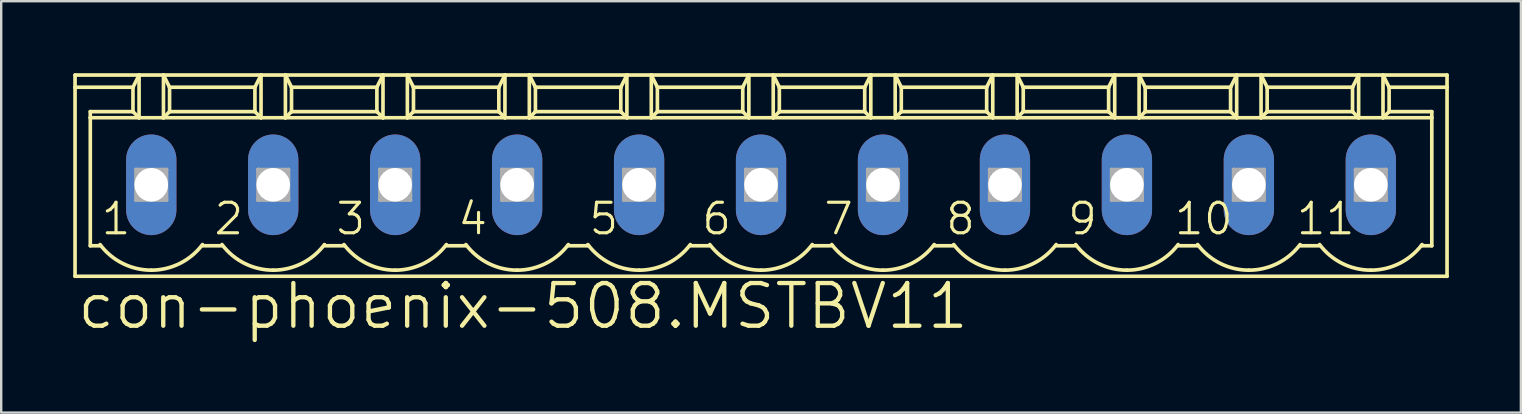
<source format=kicad_pcb>
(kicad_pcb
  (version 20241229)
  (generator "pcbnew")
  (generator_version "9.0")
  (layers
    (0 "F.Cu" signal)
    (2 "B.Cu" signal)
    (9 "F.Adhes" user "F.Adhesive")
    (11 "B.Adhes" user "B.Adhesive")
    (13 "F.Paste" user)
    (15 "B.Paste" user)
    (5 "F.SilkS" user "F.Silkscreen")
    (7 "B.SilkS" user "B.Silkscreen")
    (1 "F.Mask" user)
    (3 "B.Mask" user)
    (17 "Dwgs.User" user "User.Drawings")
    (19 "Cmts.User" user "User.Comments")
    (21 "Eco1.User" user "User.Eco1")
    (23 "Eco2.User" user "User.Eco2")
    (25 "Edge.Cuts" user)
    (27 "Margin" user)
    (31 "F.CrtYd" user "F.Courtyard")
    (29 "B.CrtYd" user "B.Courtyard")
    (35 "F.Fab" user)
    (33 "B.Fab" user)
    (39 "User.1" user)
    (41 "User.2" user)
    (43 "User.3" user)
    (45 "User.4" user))
  (footprint "con-phoenix-508.MSTBV11"
    (layer "F.Cu")
    (at 28.651 4.648)
    (property "Reference" "con-phoenix-508.MSTBV11" (at -28.575 6.096 0) (layer "F.SilkS") (effects (font (size 1.778 1.778) (thickness 0.18)) (justify left bottom)))
    (attr through_hole)
    (fp_line (start -28.575 -4.572) (end -28.575 -4.064) (stroke (width 0.152) (type default)) (layer "F.SilkS"))
    (fp_line (start -28.575 -4.572) (end -25.908 -4.572) (stroke (width 0.152) (type default)) (layer "F.SilkS"))
    (fp_line (start -28.575 -4.064) (end -28.575 3.81) (stroke (width 0.152) (type default)) (layer "F.SilkS"))
    (fp_line (start -28.575 -4.064) (end -26.162 -4.064) (stroke (width 0.152) (type default)) (layer "F.SilkS"))
    (fp_line (start -28.575 3.81) (end 28.575 3.81) (stroke (width 0.152) (type default)) (layer "F.SilkS"))
    (fp_line (start -27.94 -2.794) (end -27.94 -3.048) (stroke (width 0.152) (type default)) (layer "F.SilkS"))
    (fp_line (start -27.94 -2.794) (end -25.908 -2.794) (stroke (width 0.152) (type default)) (layer "F.SilkS"))
    (fp_line (start -27.94 2.54) (end -27.94 -2.794) (stroke (width 0.152) (type default)) (layer "F.SilkS"))
    (fp_line (start -27.94 2.54) (end -27.508 2.54) (stroke (width 0.152) (type default)) (layer "F.SilkS"))
    (fp_line (start -26.162 -4.064) (end -26.162 -3.048) (stroke (width 0.152) (type default)) (layer "F.SilkS"))
    (fp_line (start -26.162 -4.064) (end -25.908 -4.572) (stroke (width 0.152) (type default)) (layer "F.SilkS"))
    (fp_line (start -26.162 -3.048) (end -27.94 -3.048) (stroke (width 0.152) (type default)) (layer "F.SilkS"))
    (fp_line (start -26.162 -3.048) (end -25.908 -2.794) (stroke (width 0.152) (type default)) (layer "F.SilkS"))
    (fp_line (start -25.908 -4.572) (end -24.892 -4.572) (stroke (width 0.152) (type default)) (layer "F.SilkS"))
    (fp_line (start -25.908 -2.794) (end -25.908 -4.572) (stroke (width 0.152) (type default)) (layer "F.SilkS"))
    (fp_line (start -25.908 -2.794) (end -24.892 -2.794) (stroke (width 0.152) (type default)) (layer "F.SilkS"))
    (fp_line (start -24.892 -4.572) (end -24.638 -4.064) (stroke (width 0.152) (type default)) (layer "F.SilkS"))
    (fp_line (start -24.892 -4.572) (end -20.828 -4.572) (stroke (width 0.152) (type default)) (layer "F.SilkS"))
    (fp_line (start -24.892 -2.794) (end -24.892 -4.572) (stroke (width 0.152) (type default)) (layer "F.SilkS"))
    (fp_line (start -24.892 -2.794) (end -20.828 -2.794) (stroke (width 0.152) (type default)) (layer "F.SilkS"))
    (fp_line (start -24.638 -4.064) (end -24.638 -3.048) (stroke (width 0.152) (type default)) (layer "F.SilkS"))
    (fp_line (start -24.638 -4.064) (end -21.082 -4.064) (stroke (width 0.152) (type default)) (layer "F.SilkS"))
    (fp_line (start -24.638 -3.048) (end -24.892 -2.794) (stroke (width 0.152) (type default)) (layer "F.SilkS"))
    (fp_line (start -23.241 2.54) (end -22.479 2.54) (stroke (width 0.152) (type default)) (layer "F.SilkS"))
    (fp_line (start -21.082 -4.064) (end -21.082 -3.048) (stroke (width 0.152) (type default)) (layer "F.SilkS"))
    (fp_line (start -21.082 -4.064) (end -20.828 -4.572) (stroke (width 0.152) (type default)) (layer "F.SilkS"))
    (fp_line (start -21.082 -3.048) (end -24.638 -3.048) (stroke (width 0.152) (type default)) (layer "F.SilkS"))
    (fp_line (start -21.082 -3.048) (end -20.828 -2.794) (stroke (width 0.152) (type default)) (layer "F.SilkS"))
    (fp_line (start -20.828 -4.572) (end -19.812 -4.572) (stroke (width 0.152) (type default)) (layer "F.SilkS"))
    (fp_line (start -20.828 -2.794) (end -20.828 -4.572) (stroke (width 0.152) (type default)) (layer "F.SilkS"))
    (fp_line (start -20.828 -2.794) (end -19.812 -2.794) (stroke (width 0.152) (type default)) (layer "F.SilkS"))
    (fp_line (start -19.812 -4.572) (end -19.558 -4.064) (stroke (width 0.152) (type default)) (layer "F.SilkS"))
    (fp_line (start -19.812 -4.572) (end -15.748 -4.572) (stroke (width 0.152) (type default)) (layer "F.SilkS"))
    (fp_line (start -19.812 -2.794) (end -19.812 -4.572) (stroke (width 0.152) (type default)) (layer "F.SilkS"))
    (fp_line (start -19.812 -2.794) (end -15.748 -2.794) (stroke (width 0.152) (type default)) (layer "F.SilkS"))
    (fp_line (start -19.558 -4.064) (end -19.558 -3.048) (stroke (width 0.152) (type default)) (layer "F.SilkS"))
    (fp_line (start -19.558 -4.064) (end -16.002 -4.064) (stroke (width 0.152) (type default)) (layer "F.SilkS"))
    (fp_line (start -19.558 -3.048) (end -19.812 -2.794) (stroke (width 0.152) (type default)) (layer "F.SilkS"))
    (fp_line (start -18.161 2.54) (end -17.399 2.54) (stroke (width 0.152) (type default)) (layer "F.SilkS"))
    (fp_line (start -16.002 -4.064) (end -16.002 -3.048) (stroke (width 0.152) (type default)) (layer "F.SilkS"))
    (fp_line (start -16.002 -4.064) (end -15.748 -4.572) (stroke (width 0.152) (type default)) (layer "F.SilkS"))
    (fp_line (start -16.002 -3.048) (end -19.558 -3.048) (stroke (width 0.152) (type default)) (layer "F.SilkS"))
    (fp_line (start -16.002 -3.048) (end -15.748 -2.794) (stroke (width 0.152) (type default)) (layer "F.SilkS"))
    (fp_line (start -15.748 -4.572) (end -14.732 -4.572) (stroke (width 0.152) (type default)) (layer "F.SilkS"))
    (fp_line (start -15.748 -2.794) (end -15.748 -4.572) (stroke (width 0.152) (type default)) (layer "F.SilkS"))
    (fp_line (start -15.748 -2.794) (end -14.732 -2.794) (stroke (width 0.152) (type default)) (layer "F.SilkS"))
    (fp_line (start -14.732 -4.572) (end -14.478 -4.064) (stroke (width 0.152) (type default)) (layer "F.SilkS"))
    (fp_line (start -14.732 -4.572) (end -10.668 -4.572) (stroke (width 0.152) (type default)) (layer "F.SilkS"))
    (fp_line (start -14.732 -2.794) (end -14.732 -4.572) (stroke (width 0.152) (type default)) (layer "F.SilkS"))
    (fp_line (start -14.732 -2.794) (end -10.668 -2.794) (stroke (width 0.152) (type default)) (layer "F.SilkS"))
    (fp_line (start -14.478 -4.064) (end -14.478 -3.048) (stroke (width 0.152) (type default)) (layer "F.SilkS"))
    (fp_line (start -14.478 -4.064) (end -10.922 -4.064) (stroke (width 0.152) (type default)) (layer "F.SilkS"))
    (fp_line (start -14.478 -3.048) (end -14.732 -2.794) (stroke (width 0.152) (type default)) (layer "F.SilkS"))
    (fp_line (start -14.478 -3.048) (end -10.922 -3.048) (stroke (width 0.152) (type default)) (layer "F.SilkS"))
    (fp_line (start -13.081 2.54) (end -12.319 2.54) (stroke (width 0.152) (type default)) (layer "F.SilkS"))
    (fp_line (start -10.922 -4.064) (end -10.922 -3.048) (stroke (width 0.152) (type default)) (layer "F.SilkS"))
    (fp_line (start -10.922 -4.064) (end -10.668 -4.572) (stroke (width 0.152) (type default)) (layer "F.SilkS"))
    (fp_line (start -10.922 -3.048) (end -10.668 -2.794) (stroke (width 0.152) (type default)) (layer "F.SilkS"))
    (fp_line (start -10.668 -4.572) (end -9.652 -4.572) (stroke (width 0.152) (type default)) (layer "F.SilkS"))
    (fp_line (start -10.668 -2.794) (end -10.668 -4.572) (stroke (width 0.152) (type default)) (layer "F.SilkS"))
    (fp_line (start -10.668 -2.794) (end -9.652 -2.794) (stroke (width 0.152) (type default)) (layer "F.SilkS"))
    (fp_line (start -9.652 -4.572) (end -9.398 -4.064) (stroke (width 0.152) (type default)) (layer "F.SilkS"))
    (fp_line (start -9.652 -4.572) (end -5.588 -4.572) (stroke (width 0.152) (type default)) (layer "F.SilkS"))
    (fp_line (start -9.652 -2.794) (end -9.652 -4.572) (stroke (width 0.152) (type default)) (layer "F.SilkS"))
    (fp_line (start -9.652 -2.794) (end -5.588 -2.794) (stroke (width 0.152) (type default)) (layer "F.SilkS"))
    (fp_line (start -9.398 -4.064) (end -9.398 -3.048) (stroke (width 0.152) (type default)) (layer "F.SilkS"))
    (fp_line (start -9.398 -4.064) (end -5.842 -4.064) (stroke (width 0.152) (type default)) (layer "F.SilkS"))
    (fp_line (start -9.398 -3.048) (end -9.652 -2.794) (stroke (width 0.152) (type default)) (layer "F.SilkS"))
    (fp_line (start -8.052 2.54) (end -7.188 2.54) (stroke (width 0.152) (type default)) (layer "F.SilkS"))
    (fp_line (start -5.842 -4.064) (end -5.842 -3.048) (stroke (width 0.152) (type default)) (layer "F.SilkS"))
    (fp_line (start -5.842 -4.064) (end -5.588 -4.572) (stroke (width 0.152) (type default)) (layer "F.SilkS"))
    (fp_line (start -5.842 -3.048) (end -9.398 -3.048) (stroke (width 0.152) (type default)) (layer "F.SilkS"))
    (fp_line (start -5.842 -3.048) (end -5.588 -2.794) (stroke (width 0.152) (type default)) (layer "F.SilkS"))
    (fp_line (start -5.588 -4.572) (end -4.572 -4.572) (stroke (width 0.152) (type default)) (layer "F.SilkS"))
    (fp_line (start -5.588 -2.794) (end -5.588 -4.572) (stroke (width 0.152) (type default)) (layer "F.SilkS"))
    (fp_line (start -5.588 -2.794) (end -4.572 -2.794) (stroke (width 0.152) (type default)) (layer "F.SilkS"))
    (fp_line (start -4.572 -4.572) (end -4.318 -4.064) (stroke (width 0.152) (type default)) (layer "F.SilkS"))
    (fp_line (start -4.572 -4.572) (end -0.508 -4.572) (stroke (width 0.152) (type default)) (layer "F.SilkS"))
    (fp_line (start -4.572 -2.794) (end -4.572 -4.572) (stroke (width 0.152) (type default)) (layer "F.SilkS"))
    (fp_line (start -4.572 -2.794) (end -0.508 -2.794) (stroke (width 0.152) (type default)) (layer "F.SilkS"))
    (fp_line (start -4.318 -4.064) (end -4.318 -3.048) (stroke (width 0.152) (type default)) (layer "F.SilkS"))
    (fp_line (start -4.318 -4.064) (end -0.762 -4.064) (stroke (width 0.152) (type default)) (layer "F.SilkS"))
    (fp_line (start -4.318 -3.048) (end -4.572 -2.794) (stroke (width 0.152) (type default)) (layer "F.SilkS"))
    (fp_line (start -2.921 2.54) (end -2.159 2.54) (stroke (width 0.152) (type default)) (layer "F.SilkS"))
    (fp_line (start -0.762 -4.064) (end -0.762 -3.048) (stroke (width 0.152) (type default)) (layer "F.SilkS"))
    (fp_line (start -0.762 -4.064) (end -0.508 -4.572) (stroke (width 0.152) (type default)) (layer "F.SilkS"))
    (fp_line (start -0.762 -3.048) (end -4.318 -3.048) (stroke (width 0.152) (type default)) (layer "F.SilkS"))
    (fp_line (start -0.762 -3.048) (end -0.508 -2.794) (stroke (width 0.152) (type default)) (layer "F.SilkS"))
    (fp_line (start -0.508 -4.572) (end 0.508 -4.572) (stroke (width 0.152) (type default)) (layer "F.SilkS"))
    (fp_line (start -0.508 -2.794) (end -0.508 -4.572) (stroke (width 0.152) (type default)) (layer "F.SilkS"))
    (fp_line (start -0.508 -2.794) (end 0.508 -2.794) (stroke (width 0.152) (type default)) (layer "F.SilkS"))
    (fp_line (start 0.508 -4.572) (end 0.762 -4.064) (stroke (width 0.152) (type default)) (layer "F.SilkS"))
    (fp_line (start 0.508 -4.572) (end 4.572 -4.572) (stroke (width 0.152) (type default)) (layer "F.SilkS"))
    (fp_line (start 0.508 -2.794) (end 0.508 -4.572) (stroke (width 0.152) (type default)) (layer "F.SilkS"))
    (fp_line (start 0.508 -2.794) (end 4.572 -2.794) (stroke (width 0.152) (type default)) (layer "F.SilkS"))
    (fp_line (start 0.762 -4.064) (end 0.762 -3.048) (stroke (width 0.152) (type default)) (layer "F.SilkS"))
    (fp_line (start 0.762 -4.064) (end 4.318 -4.064) (stroke (width 0.152) (type default)) (layer "F.SilkS"))
    (fp_line (start 0.762 -3.048) (end 0.508 -2.794) (stroke (width 0.152) (type default)) (layer "F.SilkS"))
    (fp_line (start 2.159 2.54) (end 2.921 2.54) (stroke (width 0.152) (type default)) (layer "F.SilkS"))
    (fp_line (start 4.318 -4.064) (end 4.318 -3.048) (stroke (width 0.152) (type default)) (layer "F.SilkS"))
    (fp_line (start 4.318 -4.064) (end 4.572 -4.572) (stroke (width 0.152) (type default)) (layer "F.SilkS"))
    (fp_line (start 4.318 -3.048) (end 0.762 -3.048) (stroke (width 0.152) (type default)) (layer "F.SilkS"))
    (fp_line (start 4.318 -3.048) (end 4.572 -2.794) (stroke (width 0.152) (type default)) (layer "F.SilkS"))
    (fp_line (start 4.572 -4.572) (end 5.588 -4.572) (stroke (width 0.152) (type default)) (layer "F.SilkS"))
    (fp_line (start 4.572 -2.794) (end 4.572 -4.572) (stroke (width 0.152) (type default)) (layer "F.SilkS"))
    (fp_line (start 4.572 -2.794) (end 5.588 -2.794) (stroke (width 0.152) (type default)) (layer "F.SilkS"))
    (fp_line (start 5.588 -4.572) (end 5.842 -4.064) (stroke (width 0.152) (type default)) (layer "F.SilkS"))
    (fp_line (start 5.588 -4.572) (end 9.652 -4.572) (stroke (width 0.152) (type default)) (layer "F.SilkS"))
    (fp_line (start 5.588 -2.794) (end 5.588 -4.572) (stroke (width 0.152) (type default)) (layer "F.SilkS"))
    (fp_line (start 5.588 -2.794) (end 9.652 -2.794) (stroke (width 0.152) (type default)) (layer "F.SilkS"))
    (fp_line (start 5.842 -4.064) (end 5.842 -3.048) (stroke (width 0.152) (type default)) (layer "F.SilkS"))
    (fp_line (start 5.842 -4.064) (end 9.398 -4.064) (stroke (width 0.152) (type default)) (layer "F.SilkS"))
    (fp_line (start 5.842 -3.048) (end 5.588 -2.794) (stroke (width 0.152) (type default)) (layer "F.SilkS"))
    (fp_line (start 5.842 -3.048) (end 9.398 -3.048) (stroke (width 0.152) (type default)) (layer "F.SilkS"))
    (fp_line (start 7.239 2.54) (end 8.001 2.54) (stroke (width 0.152) (type default)) (layer "F.SilkS"))
    (fp_line (start 9.398 -4.064) (end 9.398 -3.048) (stroke (width 0.152) (type default)) (layer "F.SilkS"))
    (fp_line (start 9.398 -4.064) (end 9.652 -4.572) (stroke (width 0.152) (type default)) (layer "F.SilkS"))
    (fp_line (start 9.398 -3.048) (end 9.652 -2.794) (stroke (width 0.152) (type default)) (layer "F.SilkS"))
    (fp_line (start 9.652 -4.572) (end 10.668 -4.572) (stroke (width 0.152) (type default)) (layer "F.SilkS"))
    (fp_line (start 9.652 -2.794) (end 9.652 -4.572) (stroke (width 0.152) (type default)) (layer "F.SilkS"))
    (fp_line (start 9.652 -2.794) (end 10.668 -2.794) (stroke (width 0.152) (type default)) (layer "F.SilkS"))
    (fp_line (start 10.668 -4.572) (end 10.922 -4.064) (stroke (width 0.152) (type default)) (layer "F.SilkS"))
    (fp_line (start 10.668 -4.572) (end 14.732 -4.572) (stroke (width 0.152) (type default)) (layer "F.SilkS"))
    (fp_line (start 10.668 -2.794) (end 10.668 -4.572) (stroke (width 0.152) (type default)) (layer "F.SilkS"))
    (fp_line (start 10.668 -2.794) (end 14.732 -2.794) (stroke (width 0.152) (type default)) (layer "F.SilkS"))
    (fp_line (start 10.922 -4.064) (end 10.922 -3.048) (stroke (width 0.152) (type default)) (layer "F.SilkS"))
    (fp_line (start 10.922 -4.064) (end 14.478 -4.064) (stroke (width 0.152) (type default)) (layer "F.SilkS"))
    (fp_line (start 10.922 -3.048) (end 10.668 -2.794) (stroke (width 0.152) (type default)) (layer "F.SilkS"))
    (fp_line (start 10.922 -3.048) (end 14.478 -3.048) (stroke (width 0.152) (type default)) (layer "F.SilkS"))
    (fp_line (start 12.319 2.54) (end 13.081 2.54) (stroke (width 0.152) (type default)) (layer "F.SilkS"))
    (fp_line (start 14.478 -4.064) (end 14.478 -3.048) (stroke (width 0.152) (type default)) (layer "F.SilkS"))
    (fp_line (start 14.478 -4.064) (end 14.732 -4.572) (stroke (width 0.152) (type default)) (layer "F.SilkS"))
    (fp_line (start 14.478 -3.048) (end 14.732 -2.794) (stroke (width 0.152) (type default)) (layer "F.SilkS"))
    (fp_line (start 14.732 -4.572) (end 15.748 -4.572) (stroke (width 0.152) (type default)) (layer "F.SilkS"))
    (fp_line (start 14.732 -2.794) (end 14.732 -4.572) (stroke (width 0.152) (type default)) (layer "F.SilkS"))
    (fp_line (start 14.732 -2.794) (end 15.748 -2.794) (stroke (width 0.152) (type default)) (layer "F.SilkS"))
    (fp_line (start 15.748 -4.572) (end 16.002 -4.064) (stroke (width 0.152) (type default)) (layer "F.SilkS"))
    (fp_line (start 15.748 -4.572) (end 19.812 -4.572) (stroke (width 0.152) (type default)) (layer "F.SilkS"))
    (fp_line (start 15.748 -2.794) (end 15.748 -4.572) (stroke (width 0.152) (type default)) (layer "F.SilkS"))
    (fp_line (start 15.748 -2.794) (end 19.812 -2.794) (stroke (width 0.152) (type default)) (layer "F.SilkS"))
    (fp_line (start 16.002 -4.064) (end 16.002 -3.048) (stroke (width 0.152) (type default)) (layer "F.SilkS"))
    (fp_line (start 16.002 -4.064) (end 19.558 -4.064) (stroke (width 0.152) (type default)) (layer "F.SilkS"))
    (fp_line (start 16.002 -3.048) (end 15.748 -2.794) (stroke (width 0.152) (type default)) (layer "F.SilkS"))
    (fp_line (start 16.002 -3.048) (end 19.558 -3.048) (stroke (width 0.152) (type default)) (layer "F.SilkS"))
    (fp_line (start 17.399 2.54) (end 18.161 2.54) (stroke (width 0.152) (type default)) (layer "F.SilkS"))
    (fp_line (start 19.558 -4.064) (end 19.558 -3.048) (stroke (width 0.152) (type default)) (layer "F.SilkS"))
    (fp_line (start 19.558 -4.064) (end 19.812 -4.572) (stroke (width 0.152) (type default)) (layer "F.SilkS"))
    (fp_line (start 19.558 -3.048) (end 19.812 -2.794) (stroke (width 0.152) (type default)) (layer "F.SilkS"))
    (fp_line (start 19.812 -4.572) (end 20.828 -4.572) (stroke (width 0.152) (type default)) (layer "F.SilkS"))
    (fp_line (start 19.812 -2.794) (end 19.812 -4.572) (stroke (width 0.152) (type default)) (layer "F.SilkS"))
    (fp_line (start 19.812 -2.794) (end 20.828 -2.794) (stroke (width 0.152) (type default)) (layer "F.SilkS"))
    (fp_line (start 20.828 -4.572) (end 21.082 -4.064) (stroke (width 0.152) (type default)) (layer "F.SilkS"))
    (fp_line (start 20.828 -4.572) (end 24.892 -4.572) (stroke (width 0.152) (type default)) (layer "F.SilkS"))
    (fp_line (start 20.828 -2.794) (end 20.828 -4.572) (stroke (width 0.152) (type default)) (layer "F.SilkS"))
    (fp_line (start 20.828 -2.794) (end 24.892 -2.794) (stroke (width 0.152) (type default)) (layer "F.SilkS"))
    (fp_line (start 21.082 -4.064) (end 21.082 -3.048) (stroke (width 0.152) (type default)) (layer "F.SilkS"))
    (fp_line (start 21.082 -4.064) (end 24.638 -4.064) (stroke (width 0.152) (type default)) (layer "F.SilkS"))
    (fp_line (start 21.082 -3.048) (end 20.828 -2.794) (stroke (width 0.152) (type default)) (layer "F.SilkS"))
    (fp_line (start 21.082 -3.048) (end 24.638 -3.048) (stroke (width 0.152) (type default)) (layer "F.SilkS"))
    (fp_line (start 22.479 2.54) (end 23.241 2.54) (stroke (width 0.152) (type default)) (layer "F.SilkS"))
    (fp_line (start 24.638 -4.064) (end 24.638 -3.048) (stroke (width 0.152) (type default)) (layer "F.SilkS"))
    (fp_line (start 24.638 -4.064) (end 24.892 -4.572) (stroke (width 0.152) (type default)) (layer "F.SilkS"))
    (fp_line (start 24.638 -3.048) (end 24.892 -2.794) (stroke (width 0.152) (type default)) (layer "F.SilkS"))
    (fp_line (start 24.892 -4.572) (end 25.908 -4.572) (stroke (width 0.152) (type default)) (layer "F.SilkS"))
    (fp_line (start 24.892 -2.794) (end 24.892 -4.572) (stroke (width 0.152) (type default)) (layer "F.SilkS"))
    (fp_line (start 24.892 -2.794) (end 25.908 -2.794) (stroke (width 0.152) (type default)) (layer "F.SilkS"))
    (fp_line (start 25.908 -4.572) (end 26.162 -4.064) (stroke (width 0.152) (type default)) (layer "F.SilkS"))
    (fp_line (start 25.908 -4.572) (end 28.575 -4.572) (stroke (width 0.152) (type default)) (layer "F.SilkS"))
    (fp_line (start 25.908 -2.794) (end 25.908 -4.572) (stroke (width 0.152) (type default)) (layer "F.SilkS"))
    (fp_line (start 25.908 -2.794) (end 27.94 -2.794) (stroke (width 0.152) (type default)) (layer "F.SilkS"))
    (fp_line (start 26.162 -4.064) (end 26.162 -3.048) (stroke (width 0.152) (type default)) (layer "F.SilkS"))
    (fp_line (start 26.162 -4.064) (end 28.575 -4.064) (stroke (width 0.152) (type default)) (layer "F.SilkS"))
    (fp_line (start 26.162 -3.048) (end 25.908 -2.794) (stroke (width 0.152) (type default)) (layer "F.SilkS"))
    (fp_line (start 26.162 -3.048) (end 27.94 -3.048) (stroke (width 0.152) (type default)) (layer "F.SilkS"))
    (fp_line (start 27.508 2.54) (end 27.94 2.54) (stroke (width 0.152) (type default)) (layer "F.SilkS"))
    (fp_line (start 27.94 -3.048) (end 27.94 -2.794) (stroke (width 0.152) (type default)) (layer "F.SilkS"))
    (fp_line (start 27.94 -2.794) (end 27.94 2.54) (stroke (width 0.152) (type default)) (layer "F.SilkS"))
    (fp_line (start 28.575 -4.064) (end 28.575 -4.572) (stroke (width 0.152) (type default)) (layer "F.SilkS"))
    (fp_line (start 28.575 3.81) (end 28.575 -4.064) (stroke (width 0.152) (type default)) (layer "F.SilkS"))
    (fp_arc (start -25.4 3.556) (mid -26.592719 3.274437) (end -27.5336 2.4892) (stroke (width 0.1524) (type default)) (layer "F.SilkS"))
    (fp_arc (start -23.2664 2.4892) (mid -24.207281 3.274437) (end -25.4 3.556) (stroke (width 0.1524) (type default)) (layer "F.SilkS"))
    (fp_arc (start -20.32 3.556) (mid -21.512719 3.274437) (end -22.4536 2.4892) (stroke (width 0.1524) (type default)) (layer "F.SilkS"))
    (fp_arc (start -18.1864 2.4892) (mid -19.127281 3.274437) (end -20.32 3.556) (stroke (width 0.1524) (type default)) (layer "F.SilkS"))
    (fp_arc (start -15.24 3.556) (mid -16.432719 3.274437) (end -17.3736 2.4892) (stroke (width 0.1524) (type default)) (layer "F.SilkS"))
    (fp_arc (start -13.1064 2.4892) (mid -14.047281 3.274437) (end -15.24 3.556) (stroke (width 0.1524) (type default)) (layer "F.SilkS"))
    (fp_arc (start -10.16 3.556) (mid -11.352719 3.274437) (end -12.2936 2.4892) (stroke (width 0.1524) (type default)) (layer "F.SilkS"))
    (fp_arc (start -8.0264 2.4892) (mid -8.967281 3.274437) (end -10.16 3.556) (stroke (width 0.1524) (type default)) (layer "F.SilkS"))
    (fp_arc (start -5.08 3.556) (mid -6.272719 3.274437) (end -7.2136 2.4892) (stroke (width 0.1524) (type default)) (layer "F.SilkS"))
    (fp_arc (start -2.9464 2.4892) (mid -3.887281 3.274437) (end -5.08 3.556) (stroke (width 0.1524) (type default)) (layer "F.SilkS"))
    (fp_arc (start 0 3.556) (mid -1.192719 3.274437) (end -2.1336 2.4892) (stroke (width 0.1524) (type default)) (layer "F.SilkS"))
    (fp_arc (start 2.1336 2.4892) (mid 1.192719 3.274437) (end 0 3.556) (stroke (width 0.1524) (type default)) (layer "F.SilkS"))
    (fp_arc (start 5.08 3.556) (mid 3.887281 3.274437) (end 2.9464 2.4892) (stroke (width 0.1524) (type default)) (layer "F.SilkS"))
    (fp_arc (start 7.2136 2.4892) (mid 6.272719 3.274437) (end 5.08 3.556) (stroke (width 0.1524) (type default)) (layer "F.SilkS"))
    (fp_arc (start 10.16 3.556) (mid 8.967281 3.274437) (end 8.0264 2.4892) (stroke (width 0.1524) (type default)) (layer "F.SilkS"))
    (fp_arc (start 12.2936 2.4892) (mid 11.352719 3.274437) (end 10.16 3.556) (stroke (width 0.1524) (type default)) (layer "F.SilkS"))
    (fp_arc (start 15.24 3.556) (mid 14.047281 3.274437) (end 13.1064 2.4892) (stroke (width 0.1524) (type default)) (layer "F.SilkS"))
    (fp_arc (start 17.3736 2.4892) (mid 16.432719 3.274437) (end 15.24 3.556) (stroke (width 0.1524) (type default)) (layer "F.SilkS"))
    (fp_arc (start 20.32 3.556) (mid 19.127281 3.274437) (end 18.1864 2.4892) (stroke (width 0.1524) (type default)) (layer "F.SilkS"))
    (fp_arc (start 22.4536 2.4892) (mid 21.512719 3.274437) (end 20.32 3.556) (stroke (width 0.1524) (type default)) (layer "F.SilkS"))
    (fp_arc (start 25.4 3.556) (mid 24.207281 3.274437) (end 23.2664 2.4892) (stroke (width 0.1524) (type default)) (layer "F.SilkS"))
    (fp_arc (start 27.5336 2.4892) (mid 26.592719 3.274437) (end 25.4 3.556) (stroke (width 0.1524) (type default)) (layer "F.SilkS"))
    (fp_line (start -26.035 -0.635) (end -26.035 0.635) (stroke (width 0.152) (type default)) (layer "F.Fab"))
    (fp_line (start -26.035 -0.635) (end -24.765 0.635) (stroke (width 0.152) (type default)) (layer "F.Fab"))
    (fp_line (start -26.035 0.635) (end -24.765 -0.635) (stroke (width 0.152) (type default)) (layer "F.Fab"))
    (fp_line (start -26.035 0.635) (end -24.765 0.635) (stroke (width 0.152) (type default)) (layer "F.Fab"))
    (fp_line (start -24.765 -0.635) (end -26.035 -0.635) (stroke (width 0.152) (type default)) (layer "F.Fab"))
    (fp_line (start -24.765 0.635) (end -24.765 -0.635) (stroke (width 0.152) (type default)) (layer "F.Fab"))
    (fp_line (start -20.955 -0.635) (end -20.955 0.635) (stroke (width 0.152) (type default)) (layer "F.Fab"))
    (fp_line (start -20.955 -0.635) (end -19.685 0.635) (stroke (width 0.152) (type default)) (layer "F.Fab"))
    (fp_line (start -20.955 0.635) (end -19.685 -0.635) (stroke (width 0.152) (type default)) (layer "F.Fab"))
    (fp_line (start -20.955 0.635) (end -19.685 0.635) (stroke (width 0.152) (type default)) (layer "F.Fab"))
    (fp_line (start -19.685 -0.635) (end -20.955 -0.635) (stroke (width 0.152) (type default)) (layer "F.Fab"))
    (fp_line (start -19.685 0.635) (end -19.685 -0.635) (stroke (width 0.152) (type default)) (layer "F.Fab"))
    (fp_line (start -15.875 -0.635) (end -15.875 0.635) (stroke (width 0.152) (type default)) (layer "F.Fab"))
    (fp_line (start -15.875 -0.635) (end -14.605 0.635) (stroke (width 0.152) (type default)) (layer "F.Fab"))
    (fp_line (start -15.875 0.635) (end -14.605 -0.635) (stroke (width 0.152) (type default)) (layer "F.Fab"))
    (fp_line (start -15.875 0.635) (end -14.605 0.635) (stroke (width 0.152) (type default)) (layer "F.Fab"))
    (fp_line (start -14.605 -0.635) (end -15.875 -0.635) (stroke (width 0.152) (type default)) (layer "F.Fab"))
    (fp_line (start -14.605 0.635) (end -14.605 -0.635) (stroke (width 0.152) (type default)) (layer "F.Fab"))
    (fp_line (start -10.795 -0.635) (end -10.795 0.635) (stroke (width 0.152) (type default)) (layer "F.Fab"))
    (fp_line (start -10.795 -0.635) (end -9.525 0.635) (stroke (width 0.152) (type default)) (layer "F.Fab"))
    (fp_line (start -10.795 0.635) (end -9.525 -0.635) (stroke (width 0.152) (type default)) (layer "F.Fab"))
    (fp_line (start -10.795 0.635) (end -9.525 0.635) (stroke (width 0.152) (type default)) (layer "F.Fab"))
    (fp_line (start -9.525 -0.635) (end -10.795 -0.635) (stroke (width 0.152) (type default)) (layer "F.Fab"))
    (fp_line (start -9.525 0.635) (end -9.525 -0.635) (stroke (width 0.152) (type default)) (layer "F.Fab"))
    (fp_line (start -5.715 -0.635) (end -5.715 0.635) (stroke (width 0.152) (type default)) (layer "F.Fab"))
    (fp_line (start -5.715 -0.635) (end -4.445 0.635) (stroke (width 0.152) (type default)) (layer "F.Fab"))
    (fp_line (start -5.715 0.635) (end -4.445 -0.635) (stroke (width 0.152) (type default)) (layer "F.Fab"))
    (fp_line (start -5.715 0.635) (end -4.445 0.635) (stroke (width 0.152) (type default)) (layer "F.Fab"))
    (fp_line (start -4.445 -0.635) (end -5.715 -0.635) (stroke (width 0.152) (type default)) (layer "F.Fab"))
    (fp_line (start -4.445 0.635) (end -4.445 -0.635) (stroke (width 0.152) (type default)) (layer "F.Fab"))
    (fp_line (start -0.635 -0.635) (end -0.635 0.635) (stroke (width 0.152) (type default)) (layer "F.Fab"))
    (fp_line (start -0.635 -0.635) (end 0.635 0.635) (stroke (width 0.152) (type default)) (layer "F.Fab"))
    (fp_line (start -0.635 0.635) (end 0.635 -0.635) (stroke (width 0.152) (type default)) (layer "F.Fab"))
    (fp_line (start -0.635 0.635) (end 0.635 0.635) (stroke (width 0.152) (type default)) (layer "F.Fab"))
    (fp_line (start 0.635 -0.635) (end -0.635 -0.635) (stroke (width 0.152) (type default)) (layer "F.Fab"))
    (fp_line (start 0.635 0.635) (end 0.635 -0.635) (stroke (width 0.152) (type default)) (layer "F.Fab"))
    (fp_line (start 4.445 -0.635) (end 4.445 0.635) (stroke (width 0.152) (type default)) (layer "F.Fab"))
    (fp_line (start 4.445 -0.635) (end 5.715 0.635) (stroke (width 0.152) (type default)) (layer "F.Fab"))
    (fp_line (start 4.445 0.635) (end 5.715 -0.635) (stroke (width 0.152) (type default)) (layer "F.Fab"))
    (fp_line (start 4.445 0.635) (end 5.715 0.635) (stroke (width 0.152) (type default)) (layer "F.Fab"))
    (fp_line (start 5.715 -0.635) (end 4.445 -0.635) (stroke (width 0.152) (type default)) (layer "F.Fab"))
    (fp_line (start 5.715 0.635) (end 5.715 -0.635) (stroke (width 0.152) (type default)) (layer "F.Fab"))
    (fp_line (start 9.525 -0.635) (end 9.525 0.635) (stroke (width 0.152) (type default)) (layer "F.Fab"))
    (fp_line (start 9.525 -0.635) (end 10.795 0.635) (stroke (width 0.152) (type default)) (layer "F.Fab"))
    (fp_line (start 9.525 0.635) (end 10.795 -0.635) (stroke (width 0.152) (type default)) (layer "F.Fab"))
    (fp_line (start 9.525 0.635) (end 10.795 0.635) (stroke (width 0.152) (type default)) (layer "F.Fab"))
    (fp_line (start 10.795 -0.635) (end 9.525 -0.635) (stroke (width 0.152) (type default)) (layer "F.Fab"))
    (fp_line (start 10.795 0.635) (end 10.795 -0.635) (stroke (width 0.152) (type default)) (layer "F.Fab"))
    (fp_line (start 14.605 -0.635) (end 14.605 0.635) (stroke (width 0.152) (type default)) (layer "F.Fab"))
    (fp_line (start 14.605 -0.635) (end 15.875 0.635) (stroke (width 0.152) (type default)) (layer "F.Fab"))
    (fp_line (start 14.605 0.635) (end 15.875 -0.635) (stroke (width 0.152) (type default)) (layer "F.Fab"))
    (fp_line (start 14.605 0.635) (end 15.875 0.635) (stroke (width 0.152) (type default)) (layer "F.Fab"))
    (fp_line (start 15.875 -0.635) (end 14.605 -0.635) (stroke (width 0.152) (type default)) (layer "F.Fab"))
    (fp_line (start 15.875 0.635) (end 15.875 -0.635) (stroke (width 0.152) (type default)) (layer "F.Fab"))
    (fp_line (start 19.685 -0.635) (end 19.685 0.635) (stroke (width 0.152) (type default)) (layer "F.Fab"))
    (fp_line (start 19.685 -0.635) (end 20.955 0.635) (stroke (width 0.152) (type default)) (layer "F.Fab"))
    (fp_line (start 19.685 0.635) (end 20.955 -0.635) (stroke (width 0.152) (type default)) (layer "F.Fab"))
    (fp_line (start 19.685 0.635) (end 20.955 0.635) (stroke (width 0.152) (type default)) (layer "F.Fab"))
    (fp_line (start 20.955 -0.635) (end 19.685 -0.635) (stroke (width 0.152) (type default)) (layer "F.Fab"))
    (fp_line (start 20.955 0.635) (end 20.955 -0.635) (stroke (width 0.152) (type default)) (layer "F.Fab"))
    (fp_line (start 24.765 -0.635) (end 24.765 0.635) (stroke (width 0.152) (type default)) (layer "F.Fab"))
    (fp_line (start 24.765 -0.635) (end 26.035 0.635) (stroke (width 0.152) (type default)) (layer "F.Fab"))
    (fp_line (start 24.765 0.635) (end 26.035 -0.635) (stroke (width 0.152) (type default)) (layer "F.Fab"))
    (fp_line (start 24.765 0.635) (end 26.035 0.635) (stroke (width 0.152) (type default)) (layer "F.Fab"))
    (fp_line (start 26.035 -0.635) (end 24.765 -0.635) (stroke (width 0.152) (type default)) (layer "F.Fab"))
    (fp_line (start 26.035 0.635) (end 26.035 -0.635) (stroke (width 0.152) (type default)) (layer "F.Fab"))
    (fp_text user "3" (at -17.78 2.159 0) (layer "F.SilkS") (effects (font (size 1.27 1.27) (thickness 0.13)) (justify left bottom)))
    (fp_text user "5" (at -7.239 2.159 0) (layer "F.SilkS") (effects (font (size 1.27 1.27) (thickness 0.13)) (justify left bottom)))
    (fp_text user "9" (at 12.7 2.159 0) (layer "F.SilkS") (effects (font (size 1.27 1.27) (thickness 0.13)) (justify left bottom)))
    (fp_text user "6" (at -2.54 2.159 0) (layer "F.SilkS") (effects (font (size 1.27 1.27) (thickness 0.13)) (justify left bottom)))
    (fp_text user "1" (at -27.559 2.159 0) (layer "F.SilkS") (effects (font (size 1.27 1.27) (thickness 0.13)) (justify left bottom)))
    (fp_text user "4" (at -12.7 2.159 0) (layer "F.SilkS") (effects (font (size 1.27 1.27) (thickness 0.13)) (justify left bottom)))
    (fp_text user "2" (at -22.86 2.159 0) (layer "F.SilkS") (effects (font (size 1.27 1.27) (thickness 0.13)) (justify left bottom)))
    (fp_text user "8" (at 7.62 2.159 0) (layer "F.SilkS") (effects (font (size 1.27 1.27) (thickness 0.13)) (justify left bottom)))
    (fp_text user "10" (at 17.145 2.159 0) (layer "F.SilkS") (effects (font (size 1.27 1.27) (thickness 0.13)) (justify left bottom)))
    (fp_text user "7" (at 2.54 2.159 0) (layer "F.SilkS") (effects (font (size 1.27 1.27) (thickness 0.13)) (justify left bottom)))
    (fp_text user "11" (at 22.225 2.159 0) (layer "F.SilkS") (effects (font (size 1.27 1.27) (thickness 0.13)) (justify left bottom)))
    (pad "1" thru_hole oval (at -25.4 0 90) (size 4.191 2.095) (drill 1.397) (layers "*.Cu" "*.Mask"))
    (pad "2" thru_hole oval (at -20.32 0 90) (size 4.191 2.095) (drill 1.397) (layers "*.Cu" "*.Mask"))
    (pad "3" thru_hole oval (at -15.24 0 90) (size 4.191 2.095) (drill 1.397) (layers "*.Cu" "*.Mask"))
    (pad "4" thru_hole oval (at -10.16 0 90) (size 4.191 2.095) (drill 1.397) (layers "*.Cu" "*.Mask"))
    (pad "5" thru_hole oval (at -5.08 0 90) (size 4.191 2.095) (drill 1.397) (layers "*.Cu" "*.Mask"))
    (pad "6" thru_hole oval (at 0 0 90) (size 4.191 2.095) (drill 1.397) (layers "*.Cu" "*.Mask"))
    (pad "7" thru_hole oval (at 5.08 0 90) (size 4.191 2.095) (drill 1.397) (layers "*.Cu" "*.Mask"))
    (pad "8" thru_hole oval (at 10.16 0 90) (size 4.191 2.095) (drill 1.397) (layers "*.Cu" "*.Mask"))
    (pad "9" thru_hole oval (at 15.24 0 90) (size 4.191 2.095) (drill 1.397) (layers "*.Cu" "*.Mask"))
    (pad "10" thru_hole oval (at 20.32 0 90) (size 4.191 2.095) (drill 1.397) (layers "*.Cu" "*.Mask"))
    (pad "11" thru_hole oval (at 25.4 0 90) (size 4.191 2.095) (drill 1.397) (layers "*.Cu" "*.Mask")))
  (gr_rect
    (start -3 -3)
    (end 60.302 14.138)
    (stroke (width 0.1) (type default))
    (fill no)
    (layer "Edge.Cuts")))
</source>
